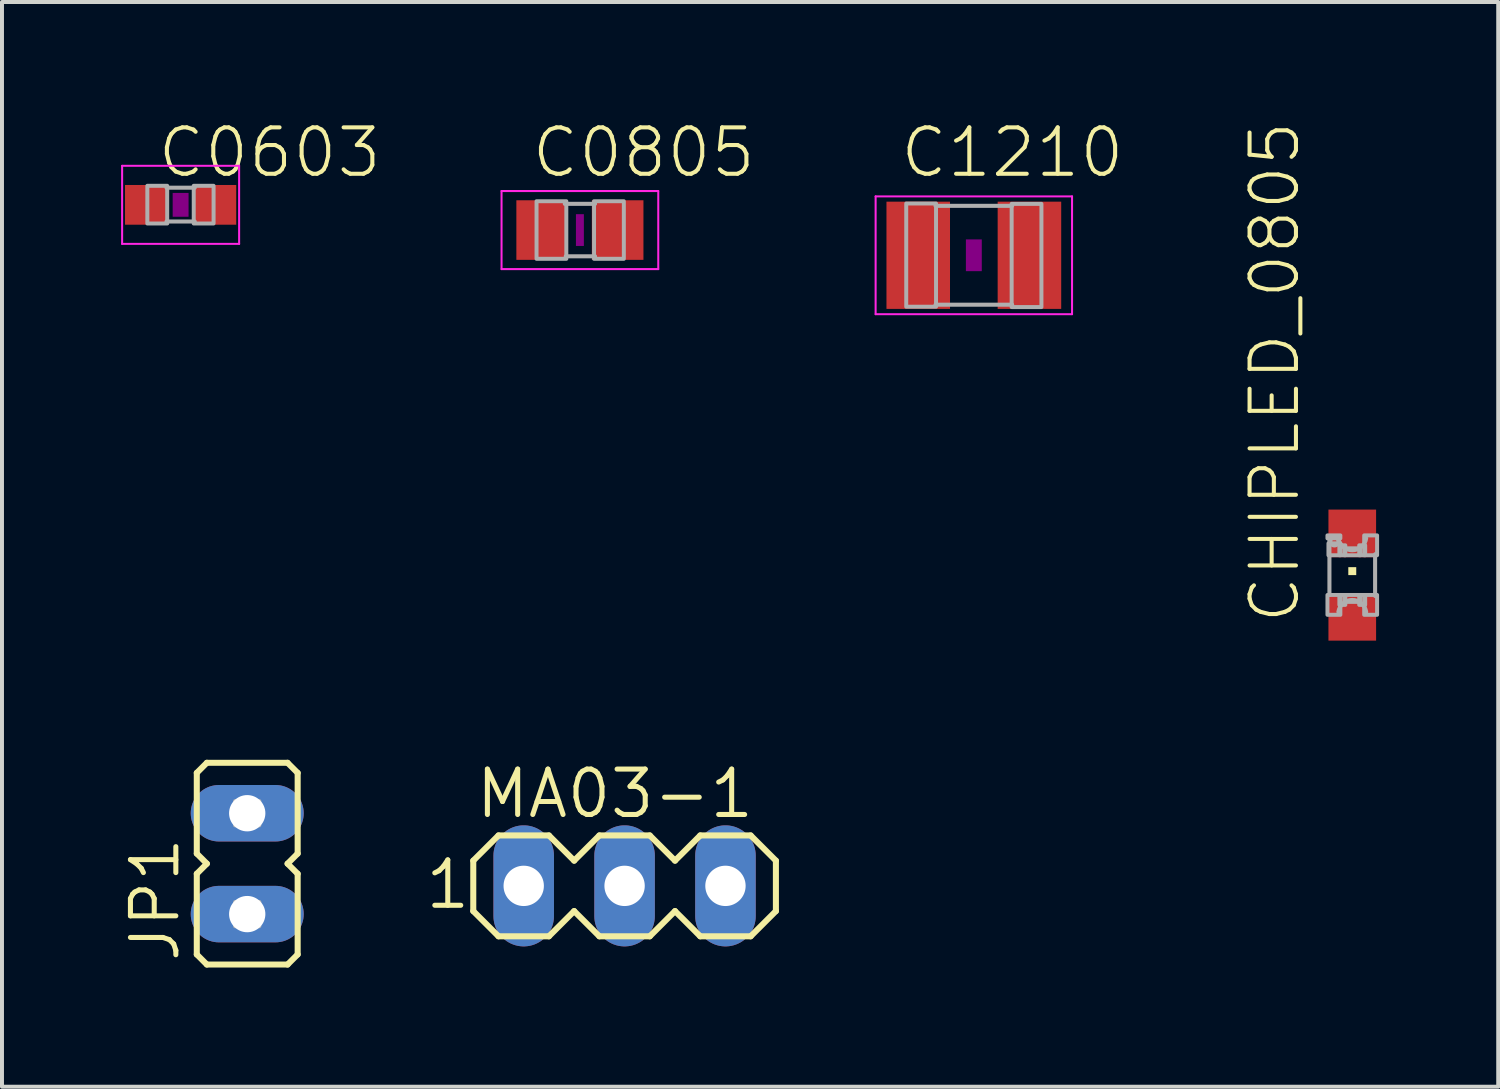
<source format=kicad_pcb>
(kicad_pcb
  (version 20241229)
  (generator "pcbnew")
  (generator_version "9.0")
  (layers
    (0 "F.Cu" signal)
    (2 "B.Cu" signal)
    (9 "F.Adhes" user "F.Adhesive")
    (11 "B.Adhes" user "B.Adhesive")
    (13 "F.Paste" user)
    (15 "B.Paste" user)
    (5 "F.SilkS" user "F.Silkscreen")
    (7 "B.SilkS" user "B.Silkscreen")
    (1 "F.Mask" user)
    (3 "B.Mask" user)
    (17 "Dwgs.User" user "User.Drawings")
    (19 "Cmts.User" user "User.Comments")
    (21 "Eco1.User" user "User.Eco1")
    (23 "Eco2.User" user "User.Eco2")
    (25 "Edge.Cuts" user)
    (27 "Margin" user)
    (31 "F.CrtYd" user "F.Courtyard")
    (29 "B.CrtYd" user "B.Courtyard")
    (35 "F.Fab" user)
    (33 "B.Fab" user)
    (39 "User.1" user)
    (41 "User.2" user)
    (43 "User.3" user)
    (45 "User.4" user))
  (footprint "C1210"
    (layer "F.Cu")
    (at 21.471 3.378)
    (property "Reference" "C1210" (at -1.905 -1.905 0) (layer "F.SilkS") (effects (font (size 1.168 1.168) (thickness 0.102)) (justify left bottom)))
    (fp_poly (pts (xy -0.2 0.4) (xy 0.2 0.4) (xy 0.2 -0.4) (xy -0.2 -0.4)) (stroke (width 0) (type solid)) (fill yes) (layer "F.Adhes"))
    (fp_line (start -2.473 -1.483) (end 2.473 -1.483) (stroke (width 0.051) (type solid)) (layer "F.CrtYd"))
    (fp_line (start -2.473 1.483) (end -2.473 -1.483) (stroke (width 0.051) (type solid)) (layer "F.CrtYd"))
    (fp_line (start 2.473 -1.483) (end 2.473 1.483) (stroke (width 0.051) (type solid)) (layer "F.CrtYd"))
    (fp_line (start 2.473 1.483) (end -2.473 1.483) (stroke (width 0.051) (type solid)) (layer "F.CrtYd"))
    (fp_line (start -0.965 -1.245) (end 0.965 -1.245) (stroke (width 0.102) (type solid)) (layer "F.Fab"))
    (fp_line (start -0.965 1.245) (end 0.965 1.245) (stroke (width 0.102) (type solid)) (layer "F.Fab"))
    (fp_poly (pts (xy -1.702 1.295) (xy -0.952 1.295) (xy -0.952 -1.304) (xy -1.702 -1.304)) (stroke (width 0.1) (type solid)) (fill no) (layer "F.Fab"))
    (fp_poly (pts (xy 0.952 1.304) (xy 1.702 1.304) (xy 1.702 -1.295) (xy 0.952 -1.295)) (stroke (width 0.1) (type solid)) (fill no) (layer "F.Fab"))
    (pad "1" smd rect (at -1.4 0) (size 1.6 2.7) (layers "F.Cu" "F.Mask" "F.Paste"))
    (pad "2" smd rect (at 1.4 0) (size 1.6 2.7) (layers "F.Cu" "F.Mask" "F.Paste")))
  (footprint "C0805"
    (layer "F.Cu")
    (at 11.552 2.743)
    (property "Reference" "C0805" (at -1.27 -1.27 0) (layer "F.SilkS") (effects (font (size 1.168 1.168) (thickness 0.102)) (justify left bottom)))
    (fp_poly (pts (xy -0.1 0.4) (xy 0.1 0.4) (xy 0.1 -0.4) (xy -0.1 -0.4)) (stroke (width 0) (type solid)) (fill yes) (layer "F.Adhes"))
    (fp_line (start -1.973 -0.983) (end 1.973 -0.983) (stroke (width 0.051) (type solid)) (layer "F.CrtYd"))
    (fp_line (start -1.973 0.983) (end -1.973 -0.983) (stroke (width 0.051) (type solid)) (layer "F.CrtYd"))
    (fp_line (start 1.973 -0.983) (end 1.973 0.983) (stroke (width 0.051) (type solid)) (layer "F.CrtYd"))
    (fp_line (start 1.973 0.983) (end -1.973 0.983) (stroke (width 0.051) (type solid)) (layer "F.CrtYd"))
    (fp_line (start -0.381 -0.66) (end 0.381 -0.66) (stroke (width 0.102) (type solid)) (layer "F.Fab"))
    (fp_line (start -0.356 0.66) (end 0.381 0.66) (stroke (width 0.102) (type solid)) (layer "F.Fab"))
    (fp_poly (pts (xy -1.092 0.724) (xy -0.342 0.724) (xy -0.342 -0.726) (xy -1.092 -0.726)) (stroke (width 0.1) (type solid)) (fill no) (layer "F.Fab"))
    (fp_poly (pts (xy 0.356 0.724) (xy 1.106 0.724) (xy 1.106 -0.726) (xy 0.356 -0.726)) (stroke (width 0.1) (type solid)) (fill no) (layer "F.Fab"))
    (pad "1" smd rect (at -0.95 0) (size 1.3 1.5) (layers "F.Cu" "F.Mask" "F.Paste"))
    (pad "2" smd rect (at 0.95 0) (size 1.3 1.5) (layers "F.Cu" "F.Mask" "F.Paste")))
  (footprint "CHIPLED_0805"
    (layer "F.Cu")
    (at 31 11.431)
    (property "Reference" "CHIPLED_0805" (at -1.27 1.27 90) (layer "F.SilkS") (effects (font (size 1.168 1.168) (thickness 0.102)) (justify left bottom)))
    (fp_poly (pts (xy -0.1 0) (xy 0.1 0) (xy 0.1 -0.2) (xy -0.1 -0.2)) (stroke (width 0) (type solid)) (fill yes) (layer "F.SilkS"))
    (fp_line (start -0.575 0.5) (end -0.575 -0.925) (stroke (width 0.102) (type solid)) (layer "F.Fab"))
    (fp_line (start 0.575 -0.525) (end 0.575 0.525) (stroke (width 0.102) (type solid)) (layer "F.Fab"))
    (fp_arc (start -0.35 0.925) (mid -0.000001 0.625027) (end 0.35 0.924998) (stroke (width 0.1016) (type solid)) (layer "F.Fab"))
    (fp_arc (start 0.35 -0.924998) (mid -0.000001 -0.625027) (end -0.35 -0.925) (stroke (width 0.1016) (type solid)) (layer "F.Fab"))
    (fp_circle (center -0.45 -0.85) (end -0.347 -0.85) (stroke (width 0.102) (type solid)) (fill no) (layer "F.Fab"))
    (fp_poly (pts (xy -0.625 -0.925) (xy -0.3 -0.925) (xy -0.3 -1) (xy -0.625 -1)) (stroke (width 0.1) (type solid)) (fill no) (layer "F.Fab"))
    (fp_poly (pts (xy -0.625 1) (xy -0.3 1) (xy -0.3 0.5) (xy -0.625 0.5)) (stroke (width 0.1) (type solid)) (fill no) (layer "F.Fab"))
    (fp_poly (pts (xy -0.6 -0.5) (xy -0.3 -0.5) (xy -0.3 -0.8) (xy -0.6 -0.8)) (stroke (width 0.1) (type solid)) (fill no) (layer "F.Fab"))
    (fp_poly (pts (xy -0.325 -0.5) (xy -0.175 -0.5) (xy -0.175 -0.75) (xy -0.325 -0.75)) (stroke (width 0.1) (type solid)) (fill no) (layer "F.Fab"))
    (fp_poly (pts (xy -0.325 0.75) (xy -0.175 0.75) (xy -0.175 0.5) (xy -0.325 0.5)) (stroke (width 0.1) (type solid)) (fill no) (layer "F.Fab"))
    (fp_poly (pts (xy -0.2 -0.5) (xy 0.2 -0.5) (xy 0.2 -0.675) (xy -0.2 -0.675)) (stroke (width 0.1) (type solid)) (fill no) (layer "F.Fab"))
    (fp_poly (pts (xy -0.2 0.675) (xy 0.2 0.675) (xy 0.2 0.5) (xy -0.2 0.5)) (stroke (width 0.1) (type solid)) (fill no) (layer "F.Fab"))
    (fp_poly (pts (xy 0.175 -0.5) (xy 0.325 -0.5) (xy 0.325 -0.75) (xy 0.175 -0.75)) (stroke (width 0.1) (type solid)) (fill no) (layer "F.Fab"))
    (fp_poly (pts (xy 0.175 0.75) (xy 0.325 0.75) (xy 0.325 0.5) (xy 0.175 0.5)) (stroke (width 0.1) (type solid)) (fill no) (layer "F.Fab"))
    (fp_poly (pts (xy 0.3 -0.5) (xy 0.625 -0.5) (xy 0.625 -1) (xy 0.3 -1)) (stroke (width 0.1) (type solid)) (fill no) (layer "F.Fab"))
    (fp_poly (pts (xy 0.3 1) (xy 0.625 1) (xy 0.625 0.5) (xy 0.3 0.5)) (stroke (width 0.1) (type solid)) (fill no) (layer "F.Fab"))
    (pad "A" smd rect (at 0 1.05) (size 1.2 1.2) (layers "F.Cu" "F.Mask" "F.Paste"))
    (pad "C" smd rect (at 0 -1.05) (size 1.2 1.2) (layers "F.Cu" "F.Mask" "F.Paste")))
  (footprint "JP1"
    (layer "F.Cu")
    (at 3.175 18.697)
    (property "Reference" "JP1" (at -1.651 2.54 90) (layer "F.SilkS") (effects (font (size 1.143 1.143) (thickness 0.127)) (justify left bottom)))
    (fp_line (start -1.27 -2.286) (end -1.27 -0.254) (stroke (width 0.152) (type solid)) (layer "F.SilkS"))
    (fp_line (start -1.27 -2.286) (end -1.016 -2.54) (stroke (width 0.152) (type solid)) (layer "F.SilkS"))
    (fp_line (start -1.27 0.254) (end -1.27 2.286) (stroke (width 0.152) (type solid)) (layer "F.SilkS"))
    (fp_line (start -1.016 0) (end -1.27 -0.254) (stroke (width 0.152) (type solid)) (layer "F.SilkS"))
    (fp_line (start -1.016 0) (end -1.27 0.254) (stroke (width 0.152) (type solid)) (layer "F.SilkS"))
    (fp_line (start -1.016 2.54) (end -1.27 2.286) (stroke (width 0.152) (type solid)) (layer "F.SilkS"))
    (fp_line (start -1.016 2.54) (end 1.016 2.54) (stroke (width 0.152) (type solid)) (layer "F.SilkS"))
    (fp_line (start 1.016 -2.54) (end -1.016 -2.54) (stroke (width 0.152) (type solid)) (layer "F.SilkS"))
    (fp_line (start 1.016 0) (end 1.27 -0.254) (stroke (width 0.152) (type solid)) (layer "F.SilkS"))
    (fp_line (start 1.016 0) (end 1.27 0.254) (stroke (width 0.152) (type solid)) (layer "F.SilkS"))
    (fp_line (start 1.016 2.54) (end 1.27 2.286) (stroke (width 0.152) (type solid)) (layer "F.SilkS"))
    (fp_line (start 1.27 -2.286) (end 1.016 -2.54) (stroke (width 0.152) (type solid)) (layer "F.SilkS"))
    (fp_line (start 1.27 -2.286) (end 1.27 -0.254) (stroke (width 0.152) (type solid)) (layer "F.SilkS"))
    (fp_line (start 1.27 0.254) (end 1.27 2.286) (stroke (width 0.152) (type solid)) (layer "F.SilkS"))
    (fp_poly (pts (xy -0.305 -0.965) (xy 0.305 -0.965) (xy 0.305 -1.575) (xy -0.305 -1.575)) (stroke (width 0.1) (type solid)) (fill no) (layer "F.Fab"))
    (fp_poly (pts (xy -0.305 1.575) (xy 0.305 1.575) (xy 0.305 0.965) (xy -0.305 0.965)) (stroke (width 0.1) (type solid)) (fill no) (layer "F.Fab"))
    (pad "1" thru_hole oval (at 0 1.27) (size 2.845 1.422) (drill 0.914) (layers "*.Cu" "*.Mask"))
    (pad "2" thru_hole oval (at 0 -1.27) (size 2.845 1.422) (drill 0.914) (layers "*.Cu" "*.Mask")))
  (footprint "C0603"
    (layer "F.Cu")
    (at 1.498 2.108)
    (property "Reference" "C0603" (at -0.635 -0.635 0) (layer "F.SilkS") (effects (font (size 1.168 1.168) (thickness 0.102)) (justify left bottom)))
    (fp_poly (pts (xy -0.2 0.3) (xy 0.2 0.3) (xy 0.2 -0.3) (xy -0.2 -0.3)) (stroke (width 0) (type solid)) (fill yes) (layer "F.Adhes"))
    (fp_line (start -1.473 -0.983) (end 1.473 -0.983) (stroke (width 0.051) (type solid)) (layer "F.CrtYd"))
    (fp_line (start -1.473 0.983) (end -1.473 -0.983) (stroke (width 0.051) (type solid)) (layer "F.CrtYd"))
    (fp_line (start 1.473 -0.983) (end 1.473 0.983) (stroke (width 0.051) (type solid)) (layer "F.CrtYd"))
    (fp_line (start 1.473 0.983) (end -1.473 0.983) (stroke (width 0.051) (type solid)) (layer "F.CrtYd"))
    (fp_line (start -0.356 -0.432) (end 0.356 -0.432) (stroke (width 0.102) (type solid)) (layer "F.Fab"))
    (fp_line (start -0.356 0.419) (end 0.356 0.419) (stroke (width 0.102) (type solid)) (layer "F.Fab"))
    (fp_poly (pts (xy -0.838 0.47) (xy -0.338 0.47) (xy -0.338 -0.48) (xy -0.838 -0.48)) (stroke (width 0.1) (type solid)) (fill no) (layer "F.Fab"))
    (fp_poly (pts (xy 0.33 0.47) (xy 0.83 0.47) (xy 0.83 -0.48) (xy 0.33 -0.48)) (stroke (width 0.1) (type solid)) (fill no) (layer "F.Fab"))
    (pad "1" smd rect (at -0.85 0) (size 1.1 1) (layers "F.Cu" "F.Mask" "F.Paste"))
    (pad "2" smd rect (at 0.85 0) (size 1.1 1) (layers "F.Cu" "F.Mask" "F.Paste")))
  (footprint "MA03-1"
    (layer "F.Cu")
    (at 12.677 19.256)
    (property "Reference" "MA03-1" (at -3.81 -1.651 0) (layer "F.SilkS") (effects (font (size 1.143 1.143) (thickness 0.127)) (justify left bottom)))
    (fp_line (start -3.81 -0.635) (end -3.81 0.635) (stroke (width 0.152) (type solid)) (layer "F.SilkS"))
    (fp_line (start -3.81 0.635) (end -3.175 1.27) (stroke (width 0.152) (type solid)) (layer "F.SilkS"))
    (fp_line (start -3.175 -1.27) (end -3.81 -0.635) (stroke (width 0.152) (type solid)) (layer "F.SilkS"))
    (fp_line (start -3.175 -1.27) (end -1.905 -1.27) (stroke (width 0.152) (type solid)) (layer "F.SilkS"))
    (fp_line (start -1.905 -1.27) (end -1.27 -0.635) (stroke (width 0.152) (type solid)) (layer "F.SilkS"))
    (fp_line (start -1.905 1.27) (end -3.175 1.27) (stroke (width 0.152) (type solid)) (layer "F.SilkS"))
    (fp_line (start -1.27 -0.635) (end -0.635 -1.27) (stroke (width 0.152) (type solid)) (layer "F.SilkS"))
    (fp_line (start -1.27 0.635) (end -1.905 1.27) (stroke (width 0.152) (type solid)) (layer "F.SilkS"))
    (fp_line (start -0.635 -1.27) (end 0.635 -1.27) (stroke (width 0.152) (type solid)) (layer "F.SilkS"))
    (fp_line (start -0.635 1.27) (end -1.27 0.635) (stroke (width 0.152) (type solid)) (layer "F.SilkS"))
    (fp_line (start 0.635 -1.27) (end 1.27 -0.635) (stroke (width 0.152) (type solid)) (layer "F.SilkS"))
    (fp_line (start 0.635 1.27) (end -0.635 1.27) (stroke (width 0.152) (type solid)) (layer "F.SilkS"))
    (fp_line (start 1.27 -0.635) (end 1.905 -1.27) (stroke (width 0.152) (type solid)) (layer "F.SilkS"))
    (fp_line (start 1.27 0.635) (end 0.635 1.27) (stroke (width 0.152) (type solid)) (layer "F.SilkS"))
    (fp_line (start 1.905 -1.27) (end 3.175 -1.27) (stroke (width 0.152) (type solid)) (layer "F.SilkS"))
    (fp_line (start 1.905 1.27) (end 1.27 0.635) (stroke (width 0.152) (type solid)) (layer "F.SilkS"))
    (fp_line (start 3.175 -1.27) (end 3.81 -0.635) (stroke (width 0.152) (type solid)) (layer "F.SilkS"))
    (fp_line (start 3.175 1.27) (end 1.905 1.27) (stroke (width 0.152) (type solid)) (layer "F.SilkS"))
    (fp_line (start 3.81 -0.635) (end 3.81 0.635) (stroke (width 0.152) (type solid)) (layer "F.SilkS"))
    (fp_line (start 3.81 0.635) (end 3.175 1.27) (stroke (width 0.152) (type solid)) (layer "F.SilkS"))
    (fp_poly (pts (xy -2.794 0.254) (xy -2.286 0.254) (xy -2.286 -0.254) (xy -2.794 -0.254)) (stroke (width 0.1) (type solid)) (fill no) (layer "F.Fab"))
    (fp_poly (pts (xy -0.254 0.254) (xy 0.254 0.254) (xy 0.254 -0.254) (xy -0.254 -0.254)) (stroke (width 0.1) (type solid)) (fill no) (layer "F.Fab"))
    (fp_poly (pts (xy 2.286 0.254) (xy 2.794 0.254) (xy 2.794 -0.254) (xy 2.286 -0.254)) (stroke (width 0.1) (type solid)) (fill no) (layer "F.Fab"))
    (fp_text user "1" (at -5.08 0.635 0) (layer "F.SilkS") (effects (font (size 1.143 1.143) (thickness 0.127)) (justify left bottom)))
    (pad "1" thru_hole oval (at -2.54 0 90) (size 3.048 1.524) (drill 1.016) (layers "*.Cu" "*.Mask"))
    (pad "2" thru_hole oval (at 0 0 90) (size 3.048 1.524) (drill 1.016) (layers "*.Cu" "*.Mask"))
    (pad "3" thru_hole oval (at 2.54 0 90) (size 3.048 1.524) (drill 1.016) (layers "*.Cu" "*.Mask")))
  (gr_rect
    (start -3 -3)
    (end 34.675 24.313)
    (stroke (width 0.1) (type default))
    (fill no)
    (layer "Edge.Cuts")))
</source>
